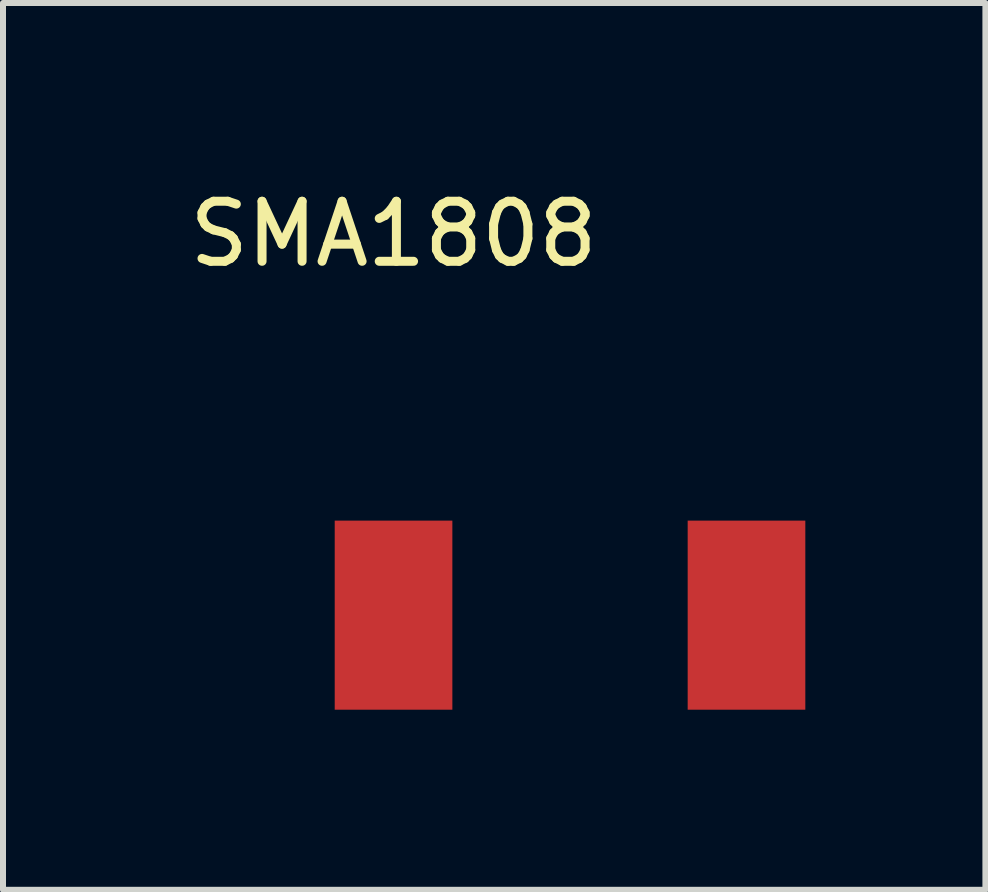
<source format=kicad_pcb>
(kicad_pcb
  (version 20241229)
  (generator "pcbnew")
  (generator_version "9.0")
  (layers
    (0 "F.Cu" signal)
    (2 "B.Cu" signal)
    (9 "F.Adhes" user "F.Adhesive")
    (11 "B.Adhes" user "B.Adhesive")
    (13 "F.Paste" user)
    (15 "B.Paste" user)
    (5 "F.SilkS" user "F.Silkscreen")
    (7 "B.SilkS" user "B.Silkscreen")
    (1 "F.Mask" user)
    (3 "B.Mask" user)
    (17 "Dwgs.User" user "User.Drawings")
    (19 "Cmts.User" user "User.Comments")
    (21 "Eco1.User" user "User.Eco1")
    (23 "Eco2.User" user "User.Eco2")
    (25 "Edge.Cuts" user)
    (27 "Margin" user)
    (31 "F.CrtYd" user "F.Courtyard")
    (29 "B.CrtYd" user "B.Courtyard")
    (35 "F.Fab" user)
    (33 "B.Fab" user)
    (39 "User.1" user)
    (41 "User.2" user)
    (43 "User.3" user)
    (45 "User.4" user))
  (footprint "SMA1808"
    (layer "F.Cu")
    (at 3.506 7.198)
    (property "Reference" "SMA1808" (at 0 -6.35 0) (layer "F.SilkS") (effects (font (size 1 1) (thickness 0.15))))
    (attr through_hole)
    (pad "1" smd rect (at 0 0) (size 1.96 3.15) (layers "F.Cu" "F.Mask" "F.Paste"))
    (pad "2" smd rect (at 5.88 0) (size 1.96 3.15) (layers "F.Cu" "F.Mask" "F.Paste")))
  (gr_rect
    (start -3 -3)
    (end 13.366 11.773)
    (stroke (width 0.1) (type default))
    (fill no)
    (layer "Edge.Cuts")))
</source>
